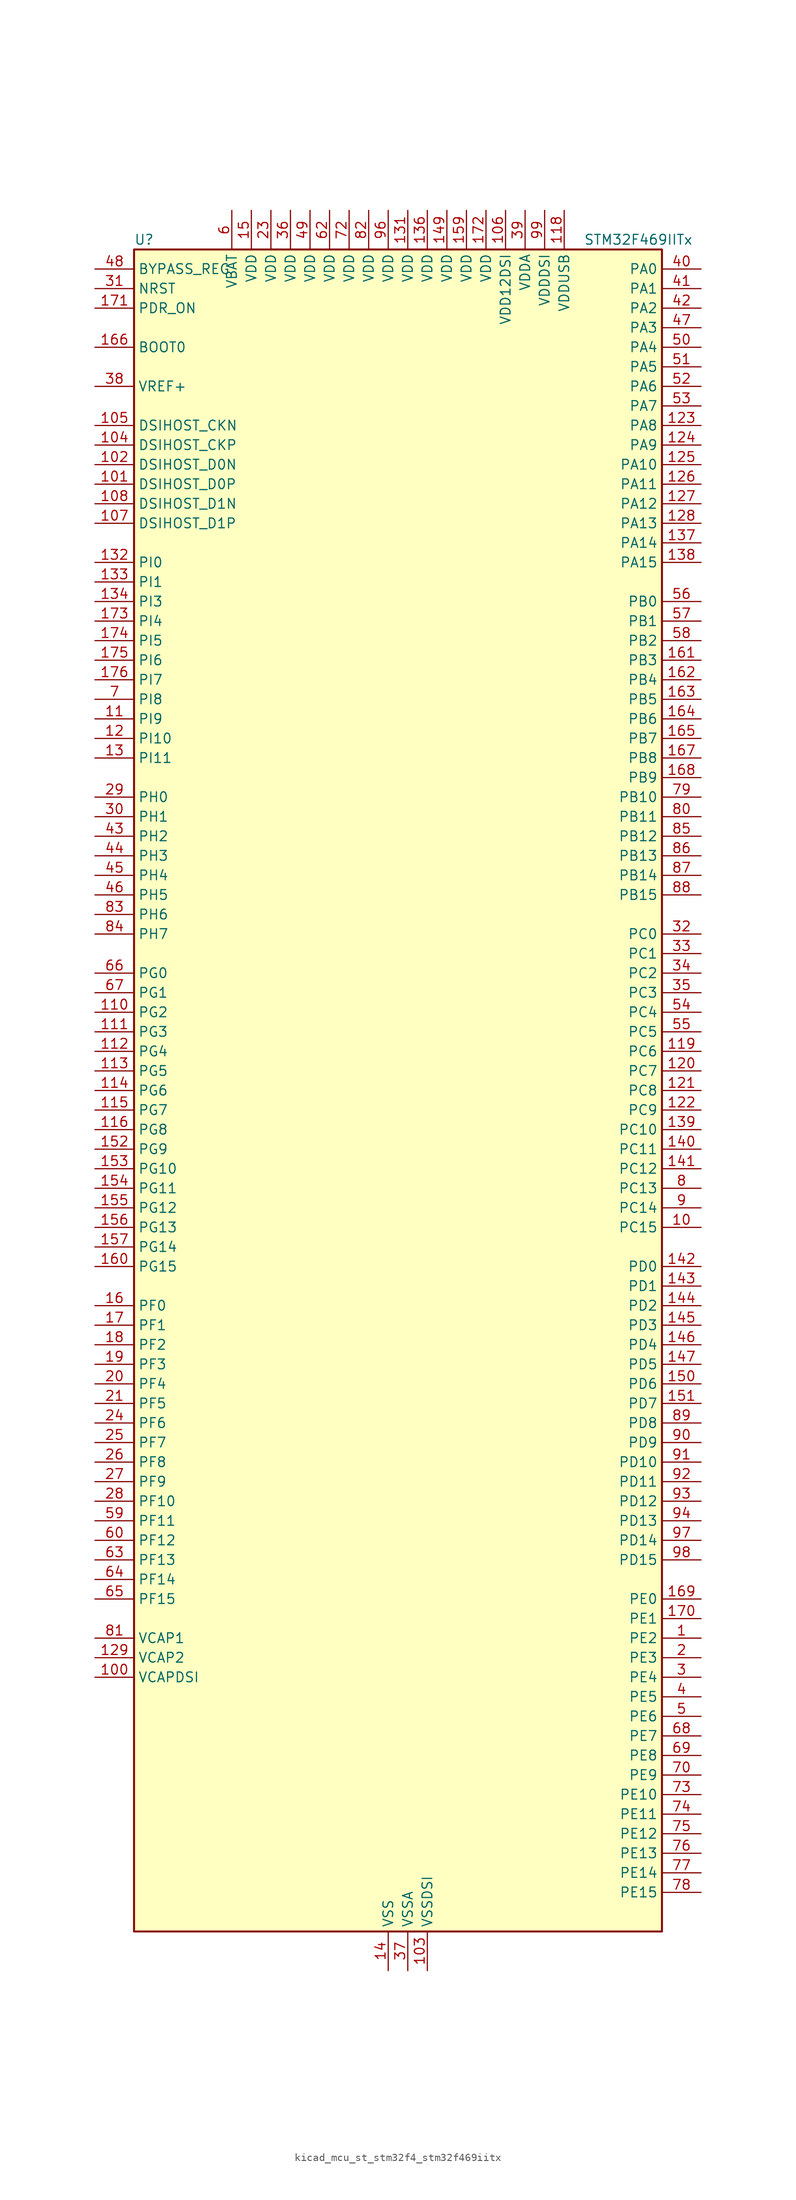
<source format=kicad_sym>
(kicad_symbol_lib
  (version 20220914)
  (generator kicad_symbol_editor)
  (symbol "kicad_mcu_st_stm32f4_stm32f469iitx"
    (property "Reference" "U"
      (at -33.02 110.49 0)
      (effects (font (size 1.27 1.27)) (justify left)))
    (property "Value" "STM32F469IITx"
      (at 25.4 110.49 0)
      (effects (font (size 1.27 1.27)) (justify left)))
    (property "ki_locked" ""
      (at 0 0 0)
      (effects (font (size 1.27 1.27))))
    (symbol "kicad_mcu_st_stm32f4_stm32f469iitx_0_1"
      (rectangle (start -33.02 -109.22) (end 35.56 109.22) (stroke (width 0.254) (type default)) (fill (type background))))
    (symbol "kicad_mcu_st_stm32f4_stm32f469iitx_1_1"
      (pin bidirectional line (at 40.64 -71.12 180) (length 5.08) (name "PE2" (effects (font (size 1.27 1.27)))) (number "1" (effects (font (size 1.27 1.27)))) (alternate "ETH_TXD3" bidirectional line) (alternate "FMC_A23" bidirectional line) (alternate "QUADSPI_BK1_IO2" bidirectional line) (alternate "SAI1_MCLK_A" bidirectional line) (alternate "SPI4_SCK" bidirectional line) (alternate "SYS_TRACECLK" bidirectional line))
      (pin bidirectional line (at 40.64 -17.78 180) (length 5.08) (name "PC15" (effects (font (size 1.27 1.27)))) (number "10" (effects (font (size 1.27 1.27)))) (alternate "ADC1_EXTI15" bidirectional line) (alternate "ADC2_EXTI15" bidirectional line) (alternate "ADC3_EXTI15" bidirectional line) (alternate "RCC_OSC32_OUT" bidirectional line))
      (pin power_out line (at -38.1 -76.2 0) (length 5.08) (name "VCAPDSI" (effects (font (size 1.27 1.27)))) (number "100" (effects (font (size 1.27 1.27)))))
      (pin bidirectional line (at -38.1 78.74 0) (length 5.08) (name "DSIHOST_D0P" (effects (font (size 1.27 1.27)))) (number "101" (effects (font (size 1.27 1.27)))) (alternate "DSIHOST_D0P" bidirectional line))
      (pin bidirectional line (at -38.1 81.28 0) (length 5.08) (name "DSIHOST_D0N" (effects (font (size 1.27 1.27)))) (number "102" (effects (font (size 1.27 1.27)))) (alternate "DSIHOST_D0N" bidirectional line))
      (pin power_in line (at 5.08 -114.3 90) (length 5.08) (name "VSSDSI" (effects (font (size 1.27 1.27)))) (number "103" (effects (font (size 1.27 1.27)))))
      (pin bidirectional line (at -38.1 83.82 0) (length 5.08) (name "DSIHOST_CKP" (effects (font (size 1.27 1.27)))) (number "104" (effects (font (size 1.27 1.27)))) (alternate "DSIHOST_CKP" bidirectional line))
      (pin bidirectional line (at -38.1 86.36 0) (length 5.08) (name "DSIHOST_CKN" (effects (font (size 1.27 1.27)))) (number "105" (effects (font (size 1.27 1.27)))) (alternate "DSIHOST_CKN" bidirectional line))
      (pin power_in line (at 15.24 114.3 270) (length 5.08) (name "VDD12DSI" (effects (font (size 1.27 1.27)))) (number "106" (effects (font (size 1.27 1.27)))))
      (pin bidirectional line (at -38.1 73.66 0) (length 5.08) (name "DSIHOST_D1P" (effects (font (size 1.27 1.27)))) (number "107" (effects (font (size 1.27 1.27)))) (alternate "DSIHOST_D1P" bidirectional line))
      (pin bidirectional line (at -38.1 76.2 0) (length 5.08) (name "DSIHOST_D1N" (effects (font (size 1.27 1.27)))) (number "108" (effects (font (size 1.27 1.27)))) (alternate "DSIHOST_D1N" bidirectional line))
      (pin passive line (at 5.08 -114.3 90) (length 5.08) hide (name "VSSDSI" (effects (font (size 1.27 1.27)))) (number "109" (effects (font (size 1.27 1.27)))))
      (pin bidirectional line (at -38.1 48.26 0) (length 5.08) (name "PI9" (effects (font (size 1.27 1.27)))) (number "11" (effects (font (size 1.27 1.27)))) (alternate "CAN1_RX" bidirectional line) (alternate "DAC_EXTI9" bidirectional line) (alternate "FMC_D30" bidirectional line) (alternate "LTDC_VSYNC" bidirectional line))
      (pin bidirectional line (at -38.1 10.16 0) (length 5.08) (name "PG2" (effects (font (size 1.27 1.27)))) (number "110" (effects (font (size 1.27 1.27)))) (alternate "FMC_A12" bidirectional line))
      (pin bidirectional line (at -38.1 7.62 0) (length 5.08) (name "PG3" (effects (font (size 1.27 1.27)))) (number "111" (effects (font (size 1.27 1.27)))) (alternate "FMC_A13" bidirectional line))
      (pin bidirectional line (at -38.1 5.08 0) (length 5.08) (name "PG4" (effects (font (size 1.27 1.27)))) (number "112" (effects (font (size 1.27 1.27)))) (alternate "FMC_A14" bidirectional line) (alternate "FMC_BA0" bidirectional line))
      (pin bidirectional line (at -38.1 2.54 0) (length 5.08) (name "PG5" (effects (font (size 1.27 1.27)))) (number "113" (effects (font (size 1.27 1.27)))) (alternate "FMC_A15" bidirectional line) (alternate "FMC_BA1" bidirectional line))
      (pin bidirectional line (at -38.1 0 0) (length 5.08) (name "PG6" (effects (font (size 1.27 1.27)))) (number "114" (effects (font (size 1.27 1.27)))) (alternate "DCMI_D12" bidirectional line) (alternate "LTDC_R7" bidirectional line))
      (pin bidirectional line (at -38.1 -2.54 0) (length 5.08) (name "PG7" (effects (font (size 1.27 1.27)))) (number "115" (effects (font (size 1.27 1.27)))) (alternate "DCMI_D13" bidirectional line) (alternate "FMC_INT" bidirectional line) (alternate "LTDC_CLK" bidirectional line) (alternate "SAI1_MCLK_A" bidirectional line) (alternate "USART6_CK" bidirectional line))
      (pin bidirectional line (at -38.1 -5.08 0) (length 5.08) (name "PG8" (effects (font (size 1.27 1.27)))) (number "116" (effects (font (size 1.27 1.27)))) (alternate "ETH_PPS_OUT" bidirectional line) (alternate "FMC_SDCLK" bidirectional line) (alternate "LTDC_G7" bidirectional line) (alternate "SPI6_NSS" bidirectional line) (alternate "USART6_RTS" bidirectional line))
      (pin passive line (at 0 -114.3 90) (length 5.08) hide (name "VSS" (effects (font (size 1.27 1.27)))) (number "117" (effects (font (size 1.27 1.27)))))
      (pin power_in line (at 22.86 114.3 270) (length 5.08) (name "VDDUSB" (effects (font (size 1.27 1.27)))) (number "118" (effects (font (size 1.27 1.27)))))
      (pin bidirectional line (at 40.64 5.08 180) (length 5.08) (name "PC6" (effects (font (size 1.27 1.27)))) (number "119" (effects (font (size 1.27 1.27)))) (alternate "DCMI_D0" bidirectional line) (alternate "I2S2_MCK" bidirectional line) (alternate "LTDC_HSYNC" bidirectional line) (alternate "SDIO_D6" bidirectional line) (alternate "TIM3_CH1" bidirectional line) (alternate "TIM8_CH1" bidirectional line) (alternate "USART6_TX" bidirectional line))
      (pin bidirectional line (at -38.1 45.72 0) (length 5.08) (name "PI10" (effects (font (size 1.27 1.27)))) (number "12" (effects (font (size 1.27 1.27)))) (alternate "ETH_RX_ER" bidirectional line) (alternate "FMC_D31" bidirectional line) (alternate "LTDC_HSYNC" bidirectional line))
      (pin bidirectional line (at 40.64 2.54 180) (length 5.08) (name "PC7" (effects (font (size 1.27 1.27)))) (number "120" (effects (font (size 1.27 1.27)))) (alternate "DCMI_D1" bidirectional line) (alternate "I2S3_MCK" bidirectional line) (alternate "LTDC_G6" bidirectional line) (alternate "SDIO_D7" bidirectional line) (alternate "TIM3_CH2" bidirectional line) (alternate "TIM8_CH2" bidirectional line) (alternate "USART6_RX" bidirectional line))
      (pin bidirectional line (at 40.64 0 180) (length 5.08) (name "PC8" (effects (font (size 1.27 1.27)))) (number "121" (effects (font (size 1.27 1.27)))) (alternate "DCMI_D2" bidirectional line) (alternate "SDIO_D0" bidirectional line) (alternate "SYS_TRACED1" bidirectional line) (alternate "TIM3_CH3" bidirectional line) (alternate "TIM8_CH3" bidirectional line) (alternate "USART6_CK" bidirectional line))
      (pin bidirectional line (at 40.64 -2.54 180) (length 5.08) (name "PC9" (effects (font (size 1.27 1.27)))) (number "122" (effects (font (size 1.27 1.27)))) (alternate "DAC_EXTI9" bidirectional line) (alternate "DCMI_D3" bidirectional line) (alternate "I2C3_SDA" bidirectional line) (alternate "I2S_CKIN" bidirectional line) (alternate "QUADSPI_BK1_IO0" bidirectional line) (alternate "RCC_MCO_2" bidirectional line) (alternate "SDIO_D1" bidirectional line) (alternate "TIM3_CH4" bidirectional line) (alternate "TIM8_CH4" bidirectional line))
      (pin bidirectional line (at 40.64 86.36 180) (length 5.08) (name "PA8" (effects (font (size 1.27 1.27)))) (number "123" (effects (font (size 1.27 1.27)))) (alternate "I2C3_SCL" bidirectional line) (alternate "LTDC_R6" bidirectional line) (alternate "RCC_MCO_1" bidirectional line) (alternate "TIM1_CH1" bidirectional line) (alternate "USART1_CK" bidirectional line) (alternate "USB_OTG_FS_SOF" bidirectional line))
      (pin bidirectional line (at 40.64 83.82 180) (length 5.08) (name "PA9" (effects (font (size 1.27 1.27)))) (number "124" (effects (font (size 1.27 1.27)))) (alternate "DAC_EXTI9" bidirectional line) (alternate "DCMI_D0" bidirectional line) (alternate "I2C3_SMBA" bidirectional line) (alternate "I2S2_CK" bidirectional line) (alternate "SPI2_SCK" bidirectional line) (alternate "TIM1_CH2" bidirectional line) (alternate "USART1_TX" bidirectional line) (alternate "USB_OTG_FS_VBUS" bidirectional line))
      (pin bidirectional line (at 40.64 81.28 180) (length 5.08) (name "PA10" (effects (font (size 1.27 1.27)))) (number "125" (effects (font (size 1.27 1.27)))) (alternate "DCMI_D1" bidirectional line) (alternate "TIM1_CH3" bidirectional line) (alternate "USART1_RX" bidirectional line) (alternate "USB_OTG_FS_ID" bidirectional line))
      (pin bidirectional line (at 40.64 78.74 180) (length 5.08) (name "PA11" (effects (font (size 1.27 1.27)))) (number "126" (effects (font (size 1.27 1.27)))) (alternate "ADC1_EXTI11" bidirectional line) (alternate "ADC2_EXTI11" bidirectional line) (alternate "ADC3_EXTI11" bidirectional line) (alternate "CAN1_RX" bidirectional line) (alternate "LTDC_R4" bidirectional line) (alternate "TIM1_CH4" bidirectional line) (alternate "USART1_CTS" bidirectional line) (alternate "USB_OTG_FS_DM" bidirectional line))
      (pin bidirectional line (at 40.64 76.2 180) (length 5.08) (name "PA12" (effects (font (size 1.27 1.27)))) (number "127" (effects (font (size 1.27 1.27)))) (alternate "CAN1_TX" bidirectional line) (alternate "LTDC_R5" bidirectional line) (alternate "TIM1_ETR" bidirectional line) (alternate "USART1_RTS" bidirectional line) (alternate "USB_OTG_FS_DP" bidirectional line))
      (pin bidirectional line (at 40.64 73.66 180) (length 5.08) (name "PA13" (effects (font (size 1.27 1.27)))) (number "128" (effects (font (size 1.27 1.27)))) (alternate "SYS_JTMS-SWDIO" bidirectional line))
      (pin power_out line (at -38.1 -73.66 0) (length 5.08) (name "VCAP2" (effects (font (size 1.27 1.27)))) (number "129" (effects (font (size 1.27 1.27)))))
      (pin bidirectional line (at -38.1 43.18 0) (length 5.08) (name "PI11" (effects (font (size 1.27 1.27)))) (number "13" (effects (font (size 1.27 1.27)))) (alternate "ADC1_EXTI11" bidirectional line) (alternate "ADC2_EXTI11" bidirectional line) (alternate "ADC3_EXTI11" bidirectional line) (alternate "LTDC_G6" bidirectional line) (alternate "USB_OTG_HS_ULPI_DIR" bidirectional line))
      (pin passive line (at 0 -114.3 90) (length 5.08) hide (name "VSS" (effects (font (size 1.27 1.27)))) (number "130" (effects (font (size 1.27 1.27)))))
      (pin power_in line (at 2.54 114.3 270) (length 5.08) (name "VDD" (effects (font (size 1.27 1.27)))) (number "131" (effects (font (size 1.27 1.27)))))
      (pin bidirectional line (at -38.1 68.58 0) (length 5.08) (name "PI0" (effects (font (size 1.27 1.27)))) (number "132" (effects (font (size 1.27 1.27)))) (alternate "DCMI_D13" bidirectional line) (alternate "FMC_D24" bidirectional line) (alternate "I2S2_WS" bidirectional line) (alternate "LTDC_G5" bidirectional line) (alternate "SPI2_NSS" bidirectional line) (alternate "TIM5_CH4" bidirectional line))
      (pin bidirectional line (at -38.1 66.04 0) (length 5.08) (name "PI1" (effects (font (size 1.27 1.27)))) (number "133" (effects (font (size 1.27 1.27)))) (alternate "DCMI_D8" bidirectional line) (alternate "FMC_D25" bidirectional line) (alternate "I2S2_CK" bidirectional line) (alternate "LTDC_G6" bidirectional line) (alternate "SPI2_SCK" bidirectional line))
      (pin bidirectional line (at -38.1 63.5 0) (length 5.08) (name "PI3" (effects (font (size 1.27 1.27)))) (number "134" (effects (font (size 1.27 1.27)))) (alternate "DCMI_D10" bidirectional line) (alternate "FMC_D27" bidirectional line) (alternate "I2S2_SD" bidirectional line) (alternate "SPI2_MOSI" bidirectional line) (alternate "TIM8_ETR" bidirectional line))
      (pin passive line (at 0 -114.3 90) (length 5.08) hide (name "VSS" (effects (font (size 1.27 1.27)))) (number "135" (effects (font (size 1.27 1.27)))))
      (pin power_in line (at 5.08 114.3 270) (length 5.08) (name "VDD" (effects (font (size 1.27 1.27)))) (number "136" (effects (font (size 1.27 1.27)))))
      (pin bidirectional line (at 40.64 71.12 180) (length 5.08) (name "PA14" (effects (font (size 1.27 1.27)))) (number "137" (effects (font (size 1.27 1.27)))) (alternate "SYS_JTCK-SWCLK" bidirectional line))
      (pin bidirectional line (at 40.64 68.58 180) (length 5.08) (name "PA15" (effects (font (size 1.27 1.27)))) (number "138" (effects (font (size 1.27 1.27)))) (alternate "ADC1_EXTI15" bidirectional line) (alternate "ADC2_EXTI15" bidirectional line) (alternate "ADC3_EXTI15" bidirectional line) (alternate "I2S3_WS" bidirectional line) (alternate "SPI1_NSS" bidirectional line) (alternate "SPI3_NSS" bidirectional line) (alternate "SYS_JTDI" bidirectional line) (alternate "TIM2_CH1" bidirectional line) (alternate "TIM2_ETR" bidirectional line))
      (pin bidirectional line (at 40.64 -5.08 180) (length 5.08) (name "PC10" (effects (font (size 1.27 1.27)))) (number "139" (effects (font (size 1.27 1.27)))) (alternate "DCMI_D8" bidirectional line) (alternate "I2S3_CK" bidirectional line) (alternate "LTDC_R2" bidirectional line) (alternate "QUADSPI_BK1_IO1" bidirectional line) (alternate "SDIO_D2" bidirectional line) (alternate "SPI3_SCK" bidirectional line) (alternate "UART4_TX" bidirectional line) (alternate "USART3_TX" bidirectional line))
      (pin power_in line (at 0 -114.3 90) (length 5.08) (name "VSS" (effects (font (size 1.27 1.27)))) (number "14" (effects (font (size 1.27 1.27)))))
      (pin bidirectional line (at 40.64 -7.62 180) (length 5.08) (name "PC11" (effects (font (size 1.27 1.27)))) (number "140" (effects (font (size 1.27 1.27)))) (alternate "ADC1_EXTI11" bidirectional line) (alternate "ADC2_EXTI11" bidirectional line) (alternate "ADC3_EXTI11" bidirectional line) (alternate "DCMI_D4" bidirectional line) (alternate "I2S3_ext_SD" bidirectional line) (alternate "QUADSPI_BK2_NCS" bidirectional line) (alternate "SDIO_D3" bidirectional line) (alternate "SPI3_MISO" bidirectional line) (alternate "UART4_RX" bidirectional line) (alternate "USART3_RX" bidirectional line))
      (pin bidirectional line (at 40.64 -10.16 180) (length 5.08) (name "PC12" (effects (font (size 1.27 1.27)))) (number "141" (effects (font (size 1.27 1.27)))) (alternate "DCMI_D9" bidirectional line) (alternate "I2S3_SD" bidirectional line) (alternate "SDIO_CK" bidirectional line) (alternate "SPI3_MOSI" bidirectional line) (alternate "SYS_TRACED3" bidirectional line) (alternate "UART5_TX" bidirectional line) (alternate "USART3_CK" bidirectional line))
      (pin bidirectional line (at 40.64 -22.86 180) (length 5.08) (name "PD0" (effects (font (size 1.27 1.27)))) (number "142" (effects (font (size 1.27 1.27)))) (alternate "CAN1_RX" bidirectional line) (alternate "FMC_D2" bidirectional line) (alternate "FMC_DA2" bidirectional line))
      (pin bidirectional line (at 40.64 -25.4 180) (length 5.08) (name "PD1" (effects (font (size 1.27 1.27)))) (number "143" (effects (font (size 1.27 1.27)))) (alternate "CAN1_TX" bidirectional line) (alternate "FMC_D3" bidirectional line) (alternate "FMC_DA3" bidirectional line))
      (pin bidirectional line (at 40.64 -27.94 180) (length 5.08) (name "PD2" (effects (font (size 1.27 1.27)))) (number "144" (effects (font (size 1.27 1.27)))) (alternate "DCMI_D11" bidirectional line) (alternate "SDIO_CMD" bidirectional line) (alternate "SYS_TRACED2" bidirectional line) (alternate "TIM3_ETR" bidirectional line) (alternate "UART5_RX" bidirectional line))
      (pin bidirectional line (at 40.64 -30.48 180) (length 5.08) (name "PD3" (effects (font (size 1.27 1.27)))) (number "145" (effects (font (size 1.27 1.27)))) (alternate "DCMI_D5" bidirectional line) (alternate "FMC_CLK" bidirectional line) (alternate "I2S2_CK" bidirectional line) (alternate "LTDC_G7" bidirectional line) (alternate "SPI2_SCK" bidirectional line) (alternate "USART2_CTS" bidirectional line))
      (pin bidirectional line (at 40.64 -33.02 180) (length 5.08) (name "PD4" (effects (font (size 1.27 1.27)))) (number "146" (effects (font (size 1.27 1.27)))) (alternate "FMC_NOE" bidirectional line) (alternate "USART2_RTS" bidirectional line))
      (pin bidirectional line (at 40.64 -35.56 180) (length 5.08) (name "PD5" (effects (font (size 1.27 1.27)))) (number "147" (effects (font (size 1.27 1.27)))) (alternate "FMC_NWE" bidirectional line) (alternate "USART2_TX" bidirectional line))
      (pin passive line (at 0 -114.3 90) (length 5.08) hide (name "VSS" (effects (font (size 1.27 1.27)))) (number "148" (effects (font (size 1.27 1.27)))))
      (pin power_in line (at 7.62 114.3 270) (length 5.08) (name "VDD" (effects (font (size 1.27 1.27)))) (number "149" (effects (font (size 1.27 1.27)))))
      (pin power_in line (at -17.78 114.3 270) (length 5.08) (name "VDD" (effects (font (size 1.27 1.27)))) (number "15" (effects (font (size 1.27 1.27)))))
      (pin bidirectional line (at 40.64 -38.1 180) (length 5.08) (name "PD6" (effects (font (size 1.27 1.27)))) (number "150" (effects (font (size 1.27 1.27)))) (alternate "DCMI_D10" bidirectional line) (alternate "FMC_NWAIT" bidirectional line) (alternate "I2S3_SD" bidirectional line) (alternate "LTDC_B2" bidirectional line) (alternate "SAI1_SD_A" bidirectional line) (alternate "SPI3_MOSI" bidirectional line) (alternate "USART2_RX" bidirectional line))
      (pin bidirectional line (at 40.64 -40.64 180) (length 5.08) (name "PD7" (effects (font (size 1.27 1.27)))) (number "151" (effects (font (size 1.27 1.27)))) (alternate "FMC_NE1" bidirectional line) (alternate "USART2_CK" bidirectional line))
      (pin bidirectional line (at -38.1 -7.62 0) (length 5.08) (name "PG9" (effects (font (size 1.27 1.27)))) (number "152" (effects (font (size 1.27 1.27)))) (alternate "DAC_EXTI9" bidirectional line) (alternate "DCMI_VSYNC" bidirectional line) (alternate "FMC_NCE" bidirectional line) (alternate "FMC_NE2" bidirectional line) (alternate "QUADSPI_BK2_IO2" bidirectional line) (alternate "USART6_RX" bidirectional line))
      (pin bidirectional line (at -38.1 -10.16 0) (length 5.08) (name "PG10" (effects (font (size 1.27 1.27)))) (number "153" (effects (font (size 1.27 1.27)))) (alternate "DCMI_D2" bidirectional line) (alternate "FMC_NE3" bidirectional line) (alternate "LTDC_B2" bidirectional line) (alternate "LTDC_G3" bidirectional line))
      (pin bidirectional line (at -38.1 -12.7 0) (length 5.08) (name "PG11" (effects (font (size 1.27 1.27)))) (number "154" (effects (font (size 1.27 1.27)))) (alternate "ADC1_EXTI11" bidirectional line) (alternate "ADC2_EXTI11" bidirectional line) (alternate "ADC3_EXTI11" bidirectional line) (alternate "DCMI_D3" bidirectional line) (alternate "ETH_TX_EN" bidirectional line) (alternate "LTDC_B3" bidirectional line))
      (pin bidirectional line (at -38.1 -15.24 0) (length 5.08) (name "PG12" (effects (font (size 1.27 1.27)))) (number "155" (effects (font (size 1.27 1.27)))) (alternate "FMC_NE4" bidirectional line) (alternate "LTDC_B1" bidirectional line) (alternate "LTDC_B4" bidirectional line) (alternate "SPI6_MISO" bidirectional line) (alternate "USART6_RTS" bidirectional line))
      (pin bidirectional line (at -38.1 -17.78 0) (length 5.08) (name "PG13" (effects (font (size 1.27 1.27)))) (number "156" (effects (font (size 1.27 1.27)))) (alternate "ETH_TXD0" bidirectional line) (alternate "FMC_A24" bidirectional line) (alternate "LTDC_R0" bidirectional line) (alternate "SPI6_SCK" bidirectional line) (alternate "SYS_TRACED0" bidirectional line) (alternate "USART6_CTS" bidirectional line))
      (pin bidirectional line (at -38.1 -20.32 0) (length 5.08) (name "PG14" (effects (font (size 1.27 1.27)))) (number "157" (effects (font (size 1.27 1.27)))) (alternate "ETH_TXD1" bidirectional line) (alternate "FMC_A25" bidirectional line) (alternate "LTDC_B0" bidirectional line) (alternate "QUADSPI_BK2_IO3" bidirectional line) (alternate "SPI6_MOSI" bidirectional line) (alternate "SYS_TRACED1" bidirectional line) (alternate "USART6_TX" bidirectional line))
      (pin passive line (at 0 -114.3 90) (length 5.08) hide (name "VSS" (effects (font (size 1.27 1.27)))) (number "158" (effects (font (size 1.27 1.27)))))
      (pin power_in line (at 10.16 114.3 270) (length 5.08) (name "VDD" (effects (font (size 1.27 1.27)))) (number "159" (effects (font (size 1.27 1.27)))))
      (pin bidirectional line (at -38.1 -27.94 0) (length 5.08) (name "PF0" (effects (font (size 1.27 1.27)))) (number "16" (effects (font (size 1.27 1.27)))) (alternate "FMC_A0" bidirectional line) (alternate "I2C2_SDA" bidirectional line))
      (pin bidirectional line (at -38.1 -22.86 0) (length 5.08) (name "PG15" (effects (font (size 1.27 1.27)))) (number "160" (effects (font (size 1.27 1.27)))) (alternate "ADC1_EXTI15" bidirectional line) (alternate "ADC2_EXTI15" bidirectional line) (alternate "ADC3_EXTI15" bidirectional line) (alternate "DCMI_D13" bidirectional line) (alternate "FMC_SDNCAS" bidirectional line) (alternate "USART6_CTS" bidirectional line))
      (pin bidirectional line (at 40.64 55.88 180) (length 5.08) (name "PB3" (effects (font (size 1.27 1.27)))) (number "161" (effects (font (size 1.27 1.27)))) (alternate "I2S3_CK" bidirectional line) (alternate "SPI1_SCK" bidirectional line) (alternate "SPI3_SCK" bidirectional line) (alternate "SYS_JTDO-SWO" bidirectional line) (alternate "TIM2_CH2" bidirectional line))
      (pin bidirectional line (at 40.64 53.34 180) (length 5.08) (name "PB4" (effects (font (size 1.27 1.27)))) (number "162" (effects (font (size 1.27 1.27)))) (alternate "I2S3_ext_SD" bidirectional line) (alternate "SPI1_MISO" bidirectional line) (alternate "SPI3_MISO" bidirectional line) (alternate "SYS_JTRST" bidirectional line) (alternate "TIM3_CH1" bidirectional line))
      (pin bidirectional line (at 40.64 50.8 180) (length 5.08) (name "PB5" (effects (font (size 1.27 1.27)))) (number "163" (effects (font (size 1.27 1.27)))) (alternate "CAN2_RX" bidirectional line) (alternate "DCMI_D10" bidirectional line) (alternate "ETH_PPS_OUT" bidirectional line) (alternate "FMC_SDCKE1" bidirectional line) (alternate "I2C1_SMBA" bidirectional line) (alternate "I2S3_SD" bidirectional line) (alternate "LTDC_G7" bidirectional line) (alternate "SPI1_MOSI" bidirectional line) (alternate "SPI3_MOSI" bidirectional line) (alternate "TIM3_CH2" bidirectional line) (alternate "USB_OTG_HS_ULPI_D7" bidirectional line))
      (pin bidirectional line (at 40.64 48.26 180) (length 5.08) (name "PB6" (effects (font (size 1.27 1.27)))) (number "164" (effects (font (size 1.27 1.27)))) (alternate "CAN2_TX" bidirectional line) (alternate "DCMI_D5" bidirectional line) (alternate "FMC_SDNE1" bidirectional line) (alternate "I2C1_SCL" bidirectional line) (alternate "QUADSPI_BK1_NCS" bidirectional line) (alternate "TIM4_CH1" bidirectional line) (alternate "USART1_TX" bidirectional line))
      (pin bidirectional line (at 40.64 45.72 180) (length 5.08) (name "PB7" (effects (font (size 1.27 1.27)))) (number "165" (effects (font (size 1.27 1.27)))) (alternate "DCMI_VSYNC" bidirectional line) (alternate "FMC_NL" bidirectional line) (alternate "I2C1_SDA" bidirectional line) (alternate "TIM4_CH2" bidirectional line) (alternate "USART1_RX" bidirectional line))
      (pin input line (at -38.1 96.52 0) (length 5.08) (name "BOOT0" (effects (font (size 1.27 1.27)))) (number "166" (effects (font (size 1.27 1.27)))))
      (pin bidirectional line (at 40.64 43.18 180) (length 5.08) (name "PB8" (effects (font (size 1.27 1.27)))) (number "167" (effects (font (size 1.27 1.27)))) (alternate "CAN1_RX" bidirectional line) (alternate "DCMI_D6" bidirectional line) (alternate "ETH_TXD3" bidirectional line) (alternate "I2C1_SCL" bidirectional line) (alternate "LTDC_B6" bidirectional line) (alternate "SDIO_D4" bidirectional line) (alternate "TIM10_CH1" bidirectional line) (alternate "TIM4_CH3" bidirectional line))
      (pin bidirectional line (at 40.64 40.64 180) (length 5.08) (name "PB9" (effects (font (size 1.27 1.27)))) (number "168" (effects (font (size 1.27 1.27)))) (alternate "CAN1_TX" bidirectional line) (alternate "DAC_EXTI9" bidirectional line) (alternate "DCMI_D7" bidirectional line) (alternate "I2C1_SDA" bidirectional line) (alternate "I2S2_WS" bidirectional line) (alternate "LTDC_B7" bidirectional line) (alternate "SDIO_D5" bidirectional line) (alternate "SPI2_NSS" bidirectional line) (alternate "TIM11_CH1" bidirectional line) (alternate "TIM4_CH4" bidirectional line))
      (pin bidirectional line (at 40.64 -66.04 180) (length 5.08) (name "PE0" (effects (font (size 1.27 1.27)))) (number "169" (effects (font (size 1.27 1.27)))) (alternate "DCMI_D2" bidirectional line) (alternate "FMC_NBL0" bidirectional line) (alternate "TIM4_ETR" bidirectional line) (alternate "UART8_RX" bidirectional line))
      (pin bidirectional line (at -38.1 -30.48 0) (length 5.08) (name "PF1" (effects (font (size 1.27 1.27)))) (number "17" (effects (font (size 1.27 1.27)))) (alternate "FMC_A1" bidirectional line) (alternate "I2C2_SCL" bidirectional line))
      (pin bidirectional line (at 40.64 -68.58 180) (length 5.08) (name "PE1" (effects (font (size 1.27 1.27)))) (number "170" (effects (font (size 1.27 1.27)))) (alternate "DCMI_D3" bidirectional line) (alternate "FMC_NBL1" bidirectional line) (alternate "UART8_TX" bidirectional line))
      (pin input line (at -38.1 101.6 0) (length 5.08) (name "PDR_ON" (effects (font (size 1.27 1.27)))) (number "171" (effects (font (size 1.27 1.27)))))
      (pin power_in line (at 12.7 114.3 270) (length 5.08) (name "VDD" (effects (font (size 1.27 1.27)))) (number "172" (effects (font (size 1.27 1.27)))))
      (pin bidirectional line (at -38.1 60.96 0) (length 5.08) (name "PI4" (effects (font (size 1.27 1.27)))) (number "173" (effects (font (size 1.27 1.27)))) (alternate "DCMI_D5" bidirectional line) (alternate "FMC_NBL2" bidirectional line) (alternate "LTDC_B4" bidirectional line) (alternate "TIM8_BKIN" bidirectional line))
      (pin bidirectional line (at -38.1 58.42 0) (length 5.08) (name "PI5" (effects (font (size 1.27 1.27)))) (number "174" (effects (font (size 1.27 1.27)))) (alternate "DCMI_VSYNC" bidirectional line) (alternate "FMC_NBL3" bidirectional line) (alternate "LTDC_B5" bidirectional line) (alternate "TIM8_CH1" bidirectional line))
      (pin bidirectional line (at -38.1 55.88 0) (length 5.08) (name "PI6" (effects (font (size 1.27 1.27)))) (number "175" (effects (font (size 1.27 1.27)))) (alternate "DCMI_D6" bidirectional line) (alternate "FMC_D28" bidirectional line) (alternate "LTDC_B6" bidirectional line) (alternate "TIM8_CH2" bidirectional line))
      (pin bidirectional line (at -38.1 53.34 0) (length 5.08) (name "PI7" (effects (font (size 1.27 1.27)))) (number "176" (effects (font (size 1.27 1.27)))) (alternate "DCMI_D7" bidirectional line) (alternate "FMC_D29" bidirectional line) (alternate "LTDC_B7" bidirectional line) (alternate "TIM8_CH3" bidirectional line))
      (pin bidirectional line (at -38.1 -33.02 0) (length 5.08) (name "PF2" (effects (font (size 1.27 1.27)))) (number "18" (effects (font (size 1.27 1.27)))) (alternate "FMC_A2" bidirectional line) (alternate "I2C2_SMBA" bidirectional line))
      (pin bidirectional line (at -38.1 -35.56 0) (length 5.08) (name "PF3" (effects (font (size 1.27 1.27)))) (number "19" (effects (font (size 1.27 1.27)))) (alternate "ADC3_IN9" bidirectional line) (alternate "FMC_A3" bidirectional line))
      (pin bidirectional line (at 40.64 -73.66 180) (length 5.08) (name "PE3" (effects (font (size 1.27 1.27)))) (number "2" (effects (font (size 1.27 1.27)))) (alternate "FMC_A19" bidirectional line) (alternate "SAI1_SD_B" bidirectional line) (alternate "SYS_TRACED0" bidirectional line))
      (pin bidirectional line (at -38.1 -38.1 0) (length 5.08) (name "PF4" (effects (font (size 1.27 1.27)))) (number "20" (effects (font (size 1.27 1.27)))) (alternate "ADC3_IN14" bidirectional line) (alternate "FMC_A4" bidirectional line))
      (pin bidirectional line (at -38.1 -40.64 0) (length 5.08) (name "PF5" (effects (font (size 1.27 1.27)))) (number "21" (effects (font (size 1.27 1.27)))) (alternate "ADC3_IN15" bidirectional line) (alternate "FMC_A5" bidirectional line))
      (pin passive line (at 0 -114.3 90) (length 5.08) hide (name "VSS" (effects (font (size 1.27 1.27)))) (number "22" (effects (font (size 1.27 1.27)))))
      (pin power_in line (at -15.24 114.3 270) (length 5.08) (name "VDD" (effects (font (size 1.27 1.27)))) (number "23" (effects (font (size 1.27 1.27)))))
      (pin bidirectional line (at -38.1 -43.18 0) (length 5.08) (name "PF6" (effects (font (size 1.27 1.27)))) (number "24" (effects (font (size 1.27 1.27)))) (alternate "ADC3_IN4" bidirectional line) (alternate "QUADSPI_BK1_IO3" bidirectional line) (alternate "SAI1_SD_B" bidirectional line) (alternate "SPI5_NSS" bidirectional line) (alternate "TIM10_CH1" bidirectional line) (alternate "UART7_RX" bidirectional line))
      (pin bidirectional line (at -38.1 -45.72 0) (length 5.08) (name "PF7" (effects (font (size 1.27 1.27)))) (number "25" (effects (font (size 1.27 1.27)))) (alternate "ADC3_IN5" bidirectional line) (alternate "QUADSPI_BK1_IO2" bidirectional line) (alternate "SAI1_MCLK_B" bidirectional line) (alternate "SPI5_SCK" bidirectional line) (alternate "TIM11_CH1" bidirectional line) (alternate "UART7_TX" bidirectional line))
      (pin bidirectional line (at -38.1 -48.26 0) (length 5.08) (name "PF8" (effects (font (size 1.27 1.27)))) (number "26" (effects (font (size 1.27 1.27)))) (alternate "ADC3_IN6" bidirectional line) (alternate "QUADSPI_BK1_IO0" bidirectional line) (alternate "SAI1_SCK_B" bidirectional line) (alternate "SPI5_MISO" bidirectional line) (alternate "TIM13_CH1" bidirectional line))
      (pin bidirectional line (at -38.1 -50.8 0) (length 5.08) (name "PF9" (effects (font (size 1.27 1.27)))) (number "27" (effects (font (size 1.27 1.27)))) (alternate "ADC3_IN7" bidirectional line) (alternate "DAC_EXTI9" bidirectional line) (alternate "QUADSPI_BK1_IO1" bidirectional line) (alternate "SAI1_FS_B" bidirectional line) (alternate "SPI5_MOSI" bidirectional line) (alternate "TIM14_CH1" bidirectional line))
      (pin bidirectional line (at -38.1 -53.34 0) (length 5.08) (name "PF10" (effects (font (size 1.27 1.27)))) (number "28" (effects (font (size 1.27 1.27)))) (alternate "ADC3_IN8" bidirectional line) (alternate "DCMI_D11" bidirectional line) (alternate "LTDC_DE" bidirectional line) (alternate "QUADSPI_CLK" bidirectional line))
      (pin bidirectional line (at -38.1 38.1 0) (length 5.08) (name "PH0" (effects (font (size 1.27 1.27)))) (number "29" (effects (font (size 1.27 1.27)))) (alternate "RCC_OSC_IN" bidirectional line))
      (pin bidirectional line (at 40.64 -76.2 180) (length 5.08) (name "PE4" (effects (font (size 1.27 1.27)))) (number "3" (effects (font (size 1.27 1.27)))) (alternate "DCMI_D4" bidirectional line) (alternate "FMC_A20" bidirectional line) (alternate "LTDC_B0" bidirectional line) (alternate "SAI1_FS_A" bidirectional line) (alternate "SPI4_NSS" bidirectional line) (alternate "SYS_TRACED1" bidirectional line))
      (pin bidirectional line (at -38.1 35.56 0) (length 5.08) (name "PH1" (effects (font (size 1.27 1.27)))) (number "30" (effects (font (size 1.27 1.27)))) (alternate "RCC_OSC_OUT" bidirectional line))
      (pin input line (at -38.1 104.14 0) (length 5.08) (name "NRST" (effects (font (size 1.27 1.27)))) (number "31" (effects (font (size 1.27 1.27)))))
      (pin bidirectional line (at 40.64 20.32 180) (length 5.08) (name "PC0" (effects (font (size 1.27 1.27)))) (number "32" (effects (font (size 1.27 1.27)))) (alternate "ADC1_IN10" bidirectional line) (alternate "ADC2_IN10" bidirectional line) (alternate "ADC3_IN10" bidirectional line) (alternate "FMC_SDNWE" bidirectional line) (alternate "LTDC_R5" bidirectional line) (alternate "USB_OTG_HS_ULPI_STP" bidirectional line))
      (pin bidirectional line (at 40.64 17.78 180) (length 5.08) (name "PC1" (effects (font (size 1.27 1.27)))) (number "33" (effects (font (size 1.27 1.27)))) (alternate "ADC1_IN11" bidirectional line) (alternate "ADC2_IN11" bidirectional line) (alternate "ADC3_IN11" bidirectional line) (alternate "ETH_MDC" bidirectional line) (alternate "I2S2_SD" bidirectional line) (alternate "SAI1_SD_A" bidirectional line) (alternate "SPI2_MOSI" bidirectional line) (alternate "SYS_TRACED0" bidirectional line))
      (pin bidirectional line (at 40.64 15.24 180) (length 5.08) (name "PC2" (effects (font (size 1.27 1.27)))) (number "34" (effects (font (size 1.27 1.27)))) (alternate "ADC1_IN12" bidirectional line) (alternate "ADC2_IN12" bidirectional line) (alternate "ADC3_IN12" bidirectional line) (alternate "ETH_TXD2" bidirectional line) (alternate "FMC_SDNE0" bidirectional line) (alternate "I2S2_ext_SD" bidirectional line) (alternate "SPI2_MISO" bidirectional line) (alternate "USB_OTG_HS_ULPI_DIR" bidirectional line))
      (pin bidirectional line (at 40.64 12.7 180) (length 5.08) (name "PC3" (effects (font (size 1.27 1.27)))) (number "35" (effects (font (size 1.27 1.27)))) (alternate "ADC1_IN13" bidirectional line) (alternate "ADC2_IN13" bidirectional line) (alternate "ADC3_IN13" bidirectional line) (alternate "ETH_TX_CLK" bidirectional line) (alternate "FMC_SDCKE0" bidirectional line) (alternate "I2S2_SD" bidirectional line) (alternate "SPI2_MOSI" bidirectional line) (alternate "USB_OTG_HS_ULPI_NXT" bidirectional line))
      (pin power_in line (at -12.7 114.3 270) (length 5.08) (name "VDD" (effects (font (size 1.27 1.27)))) (number "36" (effects (font (size 1.27 1.27)))))
      (pin power_in line (at 2.54 -114.3 90) (length 5.08) (name "VSSA" (effects (font (size 1.27 1.27)))) (number "37" (effects (font (size 1.27 1.27)))))
      (pin input line (at -38.1 91.44 0) (length 5.08) (name "VREF+" (effects (font (size 1.27 1.27)))) (number "38" (effects (font (size 1.27 1.27)))))
      (pin power_in line (at 17.78 114.3 270) (length 5.08) (name "VDDA" (effects (font (size 1.27 1.27)))) (number "39" (effects (font (size 1.27 1.27)))))
      (pin bidirectional line (at 40.64 -78.74 180) (length 5.08) (name "PE5" (effects (font (size 1.27 1.27)))) (number "4" (effects (font (size 1.27 1.27)))) (alternate "DCMI_D6" bidirectional line) (alternate "FMC_A21" bidirectional line) (alternate "LTDC_G0" bidirectional line) (alternate "SAI1_SCK_A" bidirectional line) (alternate "SPI4_MISO" bidirectional line) (alternate "SYS_TRACED2" bidirectional line) (alternate "TIM9_CH1" bidirectional line))
      (pin bidirectional line (at 40.64 106.68 180) (length 5.08) (name "PA0" (effects (font (size 1.27 1.27)))) (number "40" (effects (font (size 1.27 1.27)))) (alternate "ADC1_IN0" bidirectional line) (alternate "ADC2_IN0" bidirectional line) (alternate "ADC3_IN0" bidirectional line) (alternate "ETH_CRS" bidirectional line) (alternate "SYS_WKUP" bidirectional line) (alternate "TIM2_CH1" bidirectional line) (alternate "TIM2_ETR" bidirectional line) (alternate "TIM5_CH1" bidirectional line) (alternate "TIM8_ETR" bidirectional line) (alternate "UART4_TX" bidirectional line) (alternate "USART2_CTS" bidirectional line))
      (pin bidirectional line (at 40.64 104.14 180) (length 5.08) (name "PA1" (effects (font (size 1.27 1.27)))) (number "41" (effects (font (size 1.27 1.27)))) (alternate "ADC1_IN1" bidirectional line) (alternate "ADC2_IN1" bidirectional line) (alternate "ADC3_IN1" bidirectional line) (alternate "ETH_REF_CLK" bidirectional line) (alternate "ETH_RX_CLK" bidirectional line) (alternate "LTDC_R2" bidirectional line) (alternate "QUADSPI_BK1_IO3" bidirectional line) (alternate "TIM2_CH2" bidirectional line) (alternate "TIM5_CH2" bidirectional line) (alternate "UART4_RX" bidirectional line) (alternate "USART2_RTS" bidirectional line))
      (pin bidirectional line (at 40.64 101.6 180) (length 5.08) (name "PA2" (effects (font (size 1.27 1.27)))) (number "42" (effects (font (size 1.27 1.27)))) (alternate "ADC1_IN2" bidirectional line) (alternate "ADC2_IN2" bidirectional line) (alternate "ADC3_IN2" bidirectional line) (alternate "ETH_MDIO" bidirectional line) (alternate "LTDC_R1" bidirectional line) (alternate "TIM2_CH3" bidirectional line) (alternate "TIM5_CH3" bidirectional line) (alternate "TIM9_CH1" bidirectional line) (alternate "USART2_TX" bidirectional line))
      (pin bidirectional line (at -38.1 33.02 0) (length 5.08) (name "PH2" (effects (font (size 1.27 1.27)))) (number "43" (effects (font (size 1.27 1.27)))) (alternate "ETH_CRS" bidirectional line) (alternate "FMC_SDCKE0" bidirectional line) (alternate "LTDC_R0" bidirectional line) (alternate "QUADSPI_BK2_IO0" bidirectional line))
      (pin bidirectional line (at -38.1 30.48 0) (length 5.08) (name "PH3" (effects (font (size 1.27 1.27)))) (number "44" (effects (font (size 1.27 1.27)))) (alternate "ETH_COL" bidirectional line) (alternate "FMC_SDNE0" bidirectional line) (alternate "LTDC_R1" bidirectional line) (alternate "QUADSPI_BK2_IO1" bidirectional line))
      (pin bidirectional line (at -38.1 27.94 0) (length 5.08) (name "PH4" (effects (font (size 1.27 1.27)))) (number "45" (effects (font (size 1.27 1.27)))) (alternate "I2C2_SCL" bidirectional line) (alternate "LTDC_G4" bidirectional line) (alternate "LTDC_G5" bidirectional line) (alternate "USB_OTG_HS_ULPI_NXT" bidirectional line))
      (pin bidirectional line (at -38.1 25.4 0) (length 5.08) (name "PH5" (effects (font (size 1.27 1.27)))) (number "46" (effects (font (size 1.27 1.27)))) (alternate "FMC_SDNWE" bidirectional line) (alternate "I2C2_SDA" bidirectional line) (alternate "SPI5_NSS" bidirectional line))
      (pin bidirectional line (at 40.64 99.06 180) (length 5.08) (name "PA3" (effects (font (size 1.27 1.27)))) (number "47" (effects (font (size 1.27 1.27)))) (alternate "ADC1_IN3" bidirectional line) (alternate "ADC2_IN3" bidirectional line) (alternate "ADC3_IN3" bidirectional line) (alternate "ETH_COL" bidirectional line) (alternate "LTDC_B2" bidirectional line) (alternate "LTDC_B5" bidirectional line) (alternate "TIM2_CH4" bidirectional line) (alternate "TIM5_CH4" bidirectional line) (alternate "TIM9_CH2" bidirectional line) (alternate "USART2_RX" bidirectional line) (alternate "USB_OTG_HS_ULPI_D0" bidirectional line))
      (pin input line (at -38.1 106.68 0) (length 5.08) (name "BYPASS_REG" (effects (font (size 1.27 1.27)))) (number "48" (effects (font (size 1.27 1.27)))))
      (pin power_in line (at -10.16 114.3 270) (length 5.08) (name "VDD" (effects (font (size 1.27 1.27)))) (number "49" (effects (font (size 1.27 1.27)))))
      (pin bidirectional line (at 40.64 -81.28 180) (length 5.08) (name "PE6" (effects (font (size 1.27 1.27)))) (number "5" (effects (font (size 1.27 1.27)))) (alternate "DCMI_D7" bidirectional line) (alternate "FMC_A22" bidirectional line) (alternate "LTDC_G1" bidirectional line) (alternate "SAI1_SD_A" bidirectional line) (alternate "SPI4_MOSI" bidirectional line) (alternate "SYS_TRACED3" bidirectional line) (alternate "TIM9_CH2" bidirectional line))
      (pin bidirectional line (at 40.64 96.52 180) (length 5.08) (name "PA4" (effects (font (size 1.27 1.27)))) (number "50" (effects (font (size 1.27 1.27)))) (alternate "ADC1_IN4" bidirectional line) (alternate "ADC2_IN4" bidirectional line) (alternate "DAC_OUT1" bidirectional line) (alternate "DCMI_HSYNC" bidirectional line) (alternate "I2S3_WS" bidirectional line) (alternate "LTDC_VSYNC" bidirectional line) (alternate "SPI1_NSS" bidirectional line) (alternate "SPI3_NSS" bidirectional line) (alternate "USART2_CK" bidirectional line) (alternate "USB_OTG_HS_SOF" bidirectional line))
      (pin bidirectional line (at 40.64 93.98 180) (length 5.08) (name "PA5" (effects (font (size 1.27 1.27)))) (number "51" (effects (font (size 1.27 1.27)))) (alternate "ADC1_IN5" bidirectional line) (alternate "ADC2_IN5" bidirectional line) (alternate "DAC_OUT2" bidirectional line) (alternate "LTDC_R4" bidirectional line) (alternate "SPI1_SCK" bidirectional line) (alternate "TIM2_CH1" bidirectional line) (alternate "TIM2_ETR" bidirectional line) (alternate "TIM8_CH1N" bidirectional line) (alternate "USB_OTG_HS_ULPI_CK" bidirectional line))
      (pin bidirectional line (at 40.64 91.44 180) (length 5.08) (name "PA6" (effects (font (size 1.27 1.27)))) (number "52" (effects (font (size 1.27 1.27)))) (alternate "ADC1_IN6" bidirectional line) (alternate "ADC2_IN6" bidirectional line) (alternate "DCMI_PIXCLK" bidirectional line) (alternate "LTDC_G2" bidirectional line) (alternate "SPI1_MISO" bidirectional line) (alternate "TIM13_CH1" bidirectional line) (alternate "TIM1_BKIN" bidirectional line) (alternate "TIM3_CH1" bidirectional line) (alternate "TIM8_BKIN" bidirectional line))
      (pin bidirectional line (at 40.64 88.9 180) (length 5.08) (name "PA7" (effects (font (size 1.27 1.27)))) (number "53" (effects (font (size 1.27 1.27)))) (alternate "ADC1_IN7" bidirectional line) (alternate "ADC2_IN7" bidirectional line) (alternate "ETH_CRS_DV" bidirectional line) (alternate "ETH_RX_DV" bidirectional line) (alternate "FMC_SDNWE" bidirectional line) (alternate "QUADSPI_CLK" bidirectional line) (alternate "SPI1_MOSI" bidirectional line) (alternate "TIM14_CH1" bidirectional line) (alternate "TIM1_CH1N" bidirectional line) (alternate "TIM3_CH2" bidirectional line) (alternate "TIM8_CH1N" bidirectional line))
      (pin bidirectional line (at 40.64 10.16 180) (length 5.08) (name "PC4" (effects (font (size 1.27 1.27)))) (number "54" (effects (font (size 1.27 1.27)))) (alternate "ADC1_IN14" bidirectional line) (alternate "ADC2_IN14" bidirectional line) (alternate "ETH_RXD0" bidirectional line) (alternate "FMC_SDNE0" bidirectional line))
      (pin bidirectional line (at 40.64 7.62 180) (length 5.08) (name "PC5" (effects (font (size 1.27 1.27)))) (number "55" (effects (font (size 1.27 1.27)))) (alternate "ADC1_IN15" bidirectional line) (alternate "ADC2_IN15" bidirectional line) (alternate "ETH_RXD1" bidirectional line) (alternate "FMC_SDCKE0" bidirectional line))
      (pin bidirectional line (at 40.64 63.5 180) (length 5.08) (name "PB0" (effects (font (size 1.27 1.27)))) (number "56" (effects (font (size 1.27 1.27)))) (alternate "ADC1_IN8" bidirectional line) (alternate "ADC2_IN8" bidirectional line) (alternate "ETH_RXD2" bidirectional line) (alternate "LTDC_G1" bidirectional line) (alternate "LTDC_R3" bidirectional line) (alternate "TIM1_CH2N" bidirectional line) (alternate "TIM3_CH3" bidirectional line) (alternate "TIM8_CH2N" bidirectional line) (alternate "USB_OTG_HS_ULPI_D1" bidirectional line))
      (pin bidirectional line (at 40.64 60.96 180) (length 5.08) (name "PB1" (effects (font (size 1.27 1.27)))) (number "57" (effects (font (size 1.27 1.27)))) (alternate "ADC1_IN9" bidirectional line) (alternate "ADC2_IN9" bidirectional line) (alternate "ETH_RXD3" bidirectional line) (alternate "LTDC_G0" bidirectional line) (alternate "LTDC_R6" bidirectional line) (alternate "TIM1_CH3N" bidirectional line) (alternate "TIM3_CH4" bidirectional line) (alternate "TIM8_CH3N" bidirectional line) (alternate "USB_OTG_HS_ULPI_D2" bidirectional line))
      (pin bidirectional line (at 40.64 58.42 180) (length 5.08) (name "PB2" (effects (font (size 1.27 1.27)))) (number "58" (effects (font (size 1.27 1.27)))))
      (pin bidirectional line (at -38.1 -55.88 0) (length 5.08) (name "PF11" (effects (font (size 1.27 1.27)))) (number "59" (effects (font (size 1.27 1.27)))) (alternate "ADC1_EXTI11" bidirectional line) (alternate "ADC2_EXTI11" bidirectional line) (alternate "ADC3_EXTI11" bidirectional line) (alternate "DCMI_D12" bidirectional line) (alternate "FMC_SDNRAS" bidirectional line) (alternate "SPI5_MOSI" bidirectional line))
      (pin power_in line (at -20.32 114.3 270) (length 5.08) (name "VBAT" (effects (font (size 1.27 1.27)))) (number "6" (effects (font (size 1.27 1.27)))))
      (pin bidirectional line (at -38.1 -58.42 0) (length 5.08) (name "PF12" (effects (font (size 1.27 1.27)))) (number "60" (effects (font (size 1.27 1.27)))) (alternate "FMC_A6" bidirectional line))
      (pin passive line (at 0 -114.3 90) (length 5.08) hide (name "VSS" (effects (font (size 1.27 1.27)))) (number "61" (effects (font (size 1.27 1.27)))))
      (pin power_in line (at -7.62 114.3 270) (length 5.08) (name "VDD" (effects (font (size 1.27 1.27)))) (number "62" (effects (font (size 1.27 1.27)))))
      (pin bidirectional line (at -38.1 -60.96 0) (length 5.08) (name "PF13" (effects (font (size 1.27 1.27)))) (number "63" (effects (font (size 1.27 1.27)))) (alternate "FMC_A7" bidirectional line))
      (pin bidirectional line (at -38.1 -63.5 0) (length 5.08) (name "PF14" (effects (font (size 1.27 1.27)))) (number "64" (effects (font (size 1.27 1.27)))) (alternate "FMC_A8" bidirectional line))
      (pin bidirectional line (at -38.1 -66.04 0) (length 5.08) (name "PF15" (effects (font (size 1.27 1.27)))) (number "65" (effects (font (size 1.27 1.27)))) (alternate "ADC1_EXTI15" bidirectional line) (alternate "ADC2_EXTI15" bidirectional line) (alternate "ADC3_EXTI15" bidirectional line) (alternate "FMC_A9" bidirectional line))
      (pin bidirectional line (at -38.1 15.24 0) (length 5.08) (name "PG0" (effects (font (size 1.27 1.27)))) (number "66" (effects (font (size 1.27 1.27)))) (alternate "FMC_A10" bidirectional line))
      (pin bidirectional line (at -38.1 12.7 0) (length 5.08) (name "PG1" (effects (font (size 1.27 1.27)))) (number "67" (effects (font (size 1.27 1.27)))) (alternate "FMC_A11" bidirectional line))
      (pin bidirectional line (at 40.64 -83.82 180) (length 5.08) (name "PE7" (effects (font (size 1.27 1.27)))) (number "68" (effects (font (size 1.27 1.27)))) (alternate "FMC_D4" bidirectional line) (alternate "FMC_DA4" bidirectional line) (alternate "QUADSPI_BK2_IO0" bidirectional line) (alternate "TIM1_ETR" bidirectional line) (alternate "UART7_RX" bidirectional line))
      (pin bidirectional line (at 40.64 -86.36 180) (length 5.08) (name "PE8" (effects (font (size 1.27 1.27)))) (number "69" (effects (font (size 1.27 1.27)))) (alternate "FMC_D5" bidirectional line) (alternate "FMC_DA5" bidirectional line) (alternate "QUADSPI_BK2_IO1" bidirectional line) (alternate "TIM1_CH1N" bidirectional line) (alternate "UART7_TX" bidirectional line))
      (pin bidirectional line (at -38.1 50.8 0) (length 5.08) (name "PI8" (effects (font (size 1.27 1.27)))) (number "7" (effects (font (size 1.27 1.27)))) (alternate "RTC_AF1" bidirectional line) (alternate "RTC_AF2" bidirectional line))
      (pin bidirectional line (at 40.64 -88.9 180) (length 5.08) (name "PE9" (effects (font (size 1.27 1.27)))) (number "70" (effects (font (size 1.27 1.27)))) (alternate "DAC_EXTI9" bidirectional line) (alternate "FMC_D6" bidirectional line) (alternate "FMC_DA6" bidirectional line) (alternate "QUADSPI_BK2_IO2" bidirectional line) (alternate "TIM1_CH1" bidirectional line))
      (pin passive line (at 0 -114.3 90) (length 5.08) hide (name "VSS" (effects (font (size 1.27 1.27)))) (number "71" (effects (font (size 1.27 1.27)))))
      (pin power_in line (at -5.08 114.3 270) (length 5.08) (name "VDD" (effects (font (size 1.27 1.27)))) (number "72" (effects (font (size 1.27 1.27)))))
      (pin bidirectional line (at 40.64 -91.44 180) (length 5.08) (name "PE10" (effects (font (size 1.27 1.27)))) (number "73" (effects (font (size 1.27 1.27)))) (alternate "FMC_D7" bidirectional line) (alternate "FMC_DA7" bidirectional line) (alternate "QUADSPI_BK2_IO3" bidirectional line) (alternate "TIM1_CH2N" bidirectional line))
      (pin bidirectional line (at 40.64 -93.98 180) (length 5.08) (name "PE11" (effects (font (size 1.27 1.27)))) (number "74" (effects (font (size 1.27 1.27)))) (alternate "ADC1_EXTI11" bidirectional line) (alternate "ADC2_EXTI11" bidirectional line) (alternate "ADC3_EXTI11" bidirectional line) (alternate "FMC_D8" bidirectional line) (alternate "FMC_DA8" bidirectional line) (alternate "LTDC_G3" bidirectional line) (alternate "SPI4_NSS" bidirectional line) (alternate "TIM1_CH2" bidirectional line))
      (pin bidirectional line (at 40.64 -96.52 180) (length 5.08) (name "PE12" (effects (font (size 1.27 1.27)))) (number "75" (effects (font (size 1.27 1.27)))) (alternate "FMC_D9" bidirectional line) (alternate "FMC_DA9" bidirectional line) (alternate "LTDC_B4" bidirectional line) (alternate "SPI4_SCK" bidirectional line) (alternate "TIM1_CH3N" bidirectional line))
      (pin bidirectional line (at 40.64 -99.06 180) (length 5.08) (name "PE13" (effects (font (size 1.27 1.27)))) (number "76" (effects (font (size 1.27 1.27)))) (alternate "FMC_D10" bidirectional line) (alternate "FMC_DA10" bidirectional line) (alternate "LTDC_DE" bidirectional line) (alternate "SPI4_MISO" bidirectional line) (alternate "TIM1_CH3" bidirectional line))
      (pin bidirectional line (at 40.64 -101.6 180) (length 5.08) (name "PE14" (effects (font (size 1.27 1.27)))) (number "77" (effects (font (size 1.27 1.27)))) (alternate "FMC_D11" bidirectional line) (alternate "FMC_DA11" bidirectional line) (alternate "LTDC_CLK" bidirectional line) (alternate "SPI4_MOSI" bidirectional line) (alternate "TIM1_CH4" bidirectional line))
      (pin bidirectional line (at 40.64 -104.14 180) (length 5.08) (name "PE15" (effects (font (size 1.27 1.27)))) (number "78" (effects (font (size 1.27 1.27)))) (alternate "ADC1_EXTI15" bidirectional line) (alternate "ADC2_EXTI15" bidirectional line) (alternate "ADC3_EXTI15" bidirectional line) (alternate "FMC_D12" bidirectional line) (alternate "FMC_DA12" bidirectional line) (alternate "LTDC_R7" bidirectional line) (alternate "TIM1_BKIN" bidirectional line))
      (pin bidirectional line (at 40.64 38.1 180) (length 5.08) (name "PB10" (effects (font (size 1.27 1.27)))) (number "79" (effects (font (size 1.27 1.27)))) (alternate "ETH_RX_ER" bidirectional line) (alternate "I2C2_SCL" bidirectional line) (alternate "I2S2_CK" bidirectional line) (alternate "LTDC_G4" bidirectional line) (alternate "QUADSPI_BK1_NCS" bidirectional line) (alternate "SPI2_SCK" bidirectional line) (alternate "TIM2_CH3" bidirectional line) (alternate "USART3_TX" bidirectional line) (alternate "USB_OTG_HS_ULPI_D3" bidirectional line))
      (pin bidirectional line (at 40.64 -12.7 180) (length 5.08) (name "PC13" (effects (font (size 1.27 1.27)))) (number "8" (effects (font (size 1.27 1.27)))) (alternate "RTC_AF1" bidirectional line))
      (pin bidirectional line (at 40.64 35.56 180) (length 5.08) (name "PB11" (effects (font (size 1.27 1.27)))) (number "80" (effects (font (size 1.27 1.27)))) (alternate "ADC1_EXTI11" bidirectional line) (alternate "ADC2_EXTI11" bidirectional line) (alternate "ADC3_EXTI11" bidirectional line) (alternate "DSIHOST_TE" bidirectional line) (alternate "ETH_TX_EN" bidirectional line) (alternate "I2C2_SDA" bidirectional line) (alternate "LTDC_G5" bidirectional line) (alternate "TIM2_CH4" bidirectional line) (alternate "USART3_RX" bidirectional line) (alternate "USB_OTG_HS_ULPI_D4" bidirectional line))
      (pin power_out line (at -38.1 -71.12 0) (length 5.08) (name "VCAP1" (effects (font (size 1.27 1.27)))) (number "81" (effects (font (size 1.27 1.27)))))
      (pin power_in line (at -2.54 114.3 270) (length 5.08) (name "VDD" (effects (font (size 1.27 1.27)))) (number "82" (effects (font (size 1.27 1.27)))))
      (pin bidirectional line (at -38.1 22.86 0) (length 5.08) (name "PH6" (effects (font (size 1.27 1.27)))) (number "83" (effects (font (size 1.27 1.27)))) (alternate "DCMI_D8" bidirectional line) (alternate "ETH_RXD2" bidirectional line) (alternate "FMC_SDNE1" bidirectional line) (alternate "I2C2_SMBA" bidirectional line) (alternate "SPI5_SCK" bidirectional line) (alternate "TIM12_CH1" bidirectional line))
      (pin bidirectional line (at -38.1 20.32 0) (length 5.08) (name "PH7" (effects (font (size 1.27 1.27)))) (number "84" (effects (font (size 1.27 1.27)))) (alternate "DCMI_D9" bidirectional line) (alternate "ETH_RXD3" bidirectional line) (alternate "FMC_SDCKE1" bidirectional line) (alternate "I2C3_SCL" bidirectional line) (alternate "SPI5_MISO" bidirectional line))
      (pin bidirectional line (at 40.64 33.02 180) (length 5.08) (name "PB12" (effects (font (size 1.27 1.27)))) (number "85" (effects (font (size 1.27 1.27)))) (alternate "CAN2_RX" bidirectional line) (alternate "ETH_TXD0" bidirectional line) (alternate "I2C2_SMBA" bidirectional line) (alternate "I2S2_WS" bidirectional line) (alternate "SPI2_NSS" bidirectional line) (alternate "TIM1_BKIN" bidirectional line) (alternate "USART3_CK" bidirectional line) (alternate "USB_OTG_HS_ID" bidirectional line) (alternate "USB_OTG_HS_ULPI_D5" bidirectional line))
      (pin bidirectional line (at 40.64 30.48 180) (length 5.08) (name "PB13" (effects (font (size 1.27 1.27)))) (number "86" (effects (font (size 1.27 1.27)))) (alternate "CAN2_TX" bidirectional line) (alternate "ETH_TXD1" bidirectional line) (alternate "I2S2_CK" bidirectional line) (alternate "SPI2_SCK" bidirectional line) (alternate "TIM1_CH1N" bidirectional line) (alternate "USART3_CTS" bidirectional line) (alternate "USB_OTG_HS_ULPI_D6" bidirectional line) (alternate "USB_OTG_HS_VBUS" bidirectional line))
      (pin bidirectional line (at 40.64 27.94 180) (length 5.08) (name "PB14" (effects (font (size 1.27 1.27)))) (number "87" (effects (font (size 1.27 1.27)))) (alternate "I2S2_ext_SD" bidirectional line) (alternate "SPI2_MISO" bidirectional line) (alternate "TIM12_CH1" bidirectional line) (alternate "TIM1_CH2N" bidirectional line) (alternate "TIM8_CH2N" bidirectional line) (alternate "USART3_RTS" bidirectional line) (alternate "USB_OTG_HS_DM" bidirectional line))
      (pin bidirectional line (at 40.64 25.4 180) (length 5.08) (name "PB15" (effects (font (size 1.27 1.27)))) (number "88" (effects (font (size 1.27 1.27)))) (alternate "ADC1_EXTI15" bidirectional line) (alternate "ADC2_EXTI15" bidirectional line) (alternate "ADC3_EXTI15" bidirectional line) (alternate "I2S2_SD" bidirectional line) (alternate "RTC_REFIN" bidirectional line) (alternate "SPI2_MOSI" bidirectional line) (alternate "TIM12_CH2" bidirectional line) (alternate "TIM1_CH3N" bidirectional line) (alternate "TIM8_CH3N" bidirectional line) (alternate "USB_OTG_HS_DP" bidirectional line))
      (pin bidirectional line (at 40.64 -43.18 180) (length 5.08) (name "PD8" (effects (font (size 1.27 1.27)))) (number "89" (effects (font (size 1.27 1.27)))) (alternate "FMC_D13" bidirectional line) (alternate "FMC_DA13" bidirectional line) (alternate "USART3_TX" bidirectional line))
      (pin bidirectional line (at 40.64 -15.24 180) (length 5.08) (name "PC14" (effects (font (size 1.27 1.27)))) (number "9" (effects (font (size 1.27 1.27)))) (alternate "RCC_OSC32_IN" bidirectional line))
      (pin bidirectional line (at 40.64 -45.72 180) (length 5.08) (name "PD9" (effects (font (size 1.27 1.27)))) (number "90" (effects (font (size 1.27 1.27)))) (alternate "DAC_EXTI9" bidirectional line) (alternate "FMC_D14" bidirectional line) (alternate "FMC_DA14" bidirectional line) (alternate "USART3_RX" bidirectional line))
      (pin bidirectional line (at 40.64 -48.26 180) (length 5.08) (name "PD10" (effects (font (size 1.27 1.27)))) (number "91" (effects (font (size 1.27 1.27)))) (alternate "FMC_D15" bidirectional line) (alternate "FMC_DA15" bidirectional line) (alternate "LTDC_B3" bidirectional line) (alternate "USART3_CK" bidirectional line))
      (pin bidirectional line (at 40.64 -50.8 180) (length 5.08) (name "PD11" (effects (font (size 1.27 1.27)))) (number "92" (effects (font (size 1.27 1.27)))) (alternate "ADC1_EXTI11" bidirectional line) (alternate "ADC2_EXTI11" bidirectional line) (alternate "ADC3_EXTI11" bidirectional line) (alternate "FMC_A16" bidirectional line) (alternate "FMC_CLE" bidirectional line) (alternate "QUADSPI_BK1_IO0" bidirectional line) (alternate "USART3_CTS" bidirectional line))
      (pin bidirectional line (at 40.64 -53.34 180) (length 5.08) (name "PD12" (effects (font (size 1.27 1.27)))) (number "93" (effects (font (size 1.27 1.27)))) (alternate "FMC_A17" bidirectional line) (alternate "FMC_ALE" bidirectional line) (alternate "QUADSPI_BK1_IO1" bidirectional line) (alternate "TIM4_CH1" bidirectional line) (alternate "USART3_RTS" bidirectional line))
      (pin bidirectional line (at 40.64 -55.88 180) (length 5.08) (name "PD13" (effects (font (size 1.27 1.27)))) (number "94" (effects (font (size 1.27 1.27)))) (alternate "FMC_A18" bidirectional line) (alternate "QUADSPI_BK1_IO3" bidirectional line) (alternate "TIM4_CH2" bidirectional line))
      (pin passive line (at 0 -114.3 90) (length 5.08) hide (name "VSS" (effects (font (size 1.27 1.27)))) (number "95" (effects (font (size 1.27 1.27)))))
      (pin power_in line (at 0 114.3 270) (length 5.08) (name "VDD" (effects (font (size 1.27 1.27)))) (number "96" (effects (font (size 1.27 1.27)))))
      (pin bidirectional line (at 40.64 -58.42 180) (length 5.08) (name "PD14" (effects (font (size 1.27 1.27)))) (number "97" (effects (font (size 1.27 1.27)))) (alternate "FMC_D0" bidirectional line) (alternate "FMC_DA0" bidirectional line) (alternate "TIM4_CH3" bidirectional line))
      (pin bidirectional line (at 40.64 -60.96 180) (length 5.08) (name "PD15" (effects (font (size 1.27 1.27)))) (number "98" (effects (font (size 1.27 1.27)))) (alternate "ADC1_EXTI15" bidirectional line) (alternate "ADC2_EXTI15" bidirectional line) (alternate "ADC3_EXTI15" bidirectional line) (alternate "FMC_D1" bidirectional line) (alternate "FMC_DA1" bidirectional line) (alternate "TIM4_CH4" bidirectional line))
      (pin power_in line (at 20.32 114.3 270) (length 5.08) (name "VDDDSI" (effects (font (size 1.27 1.27)))) (number "99" (effects (font (size 1.27 1.27))))))))
</source>
